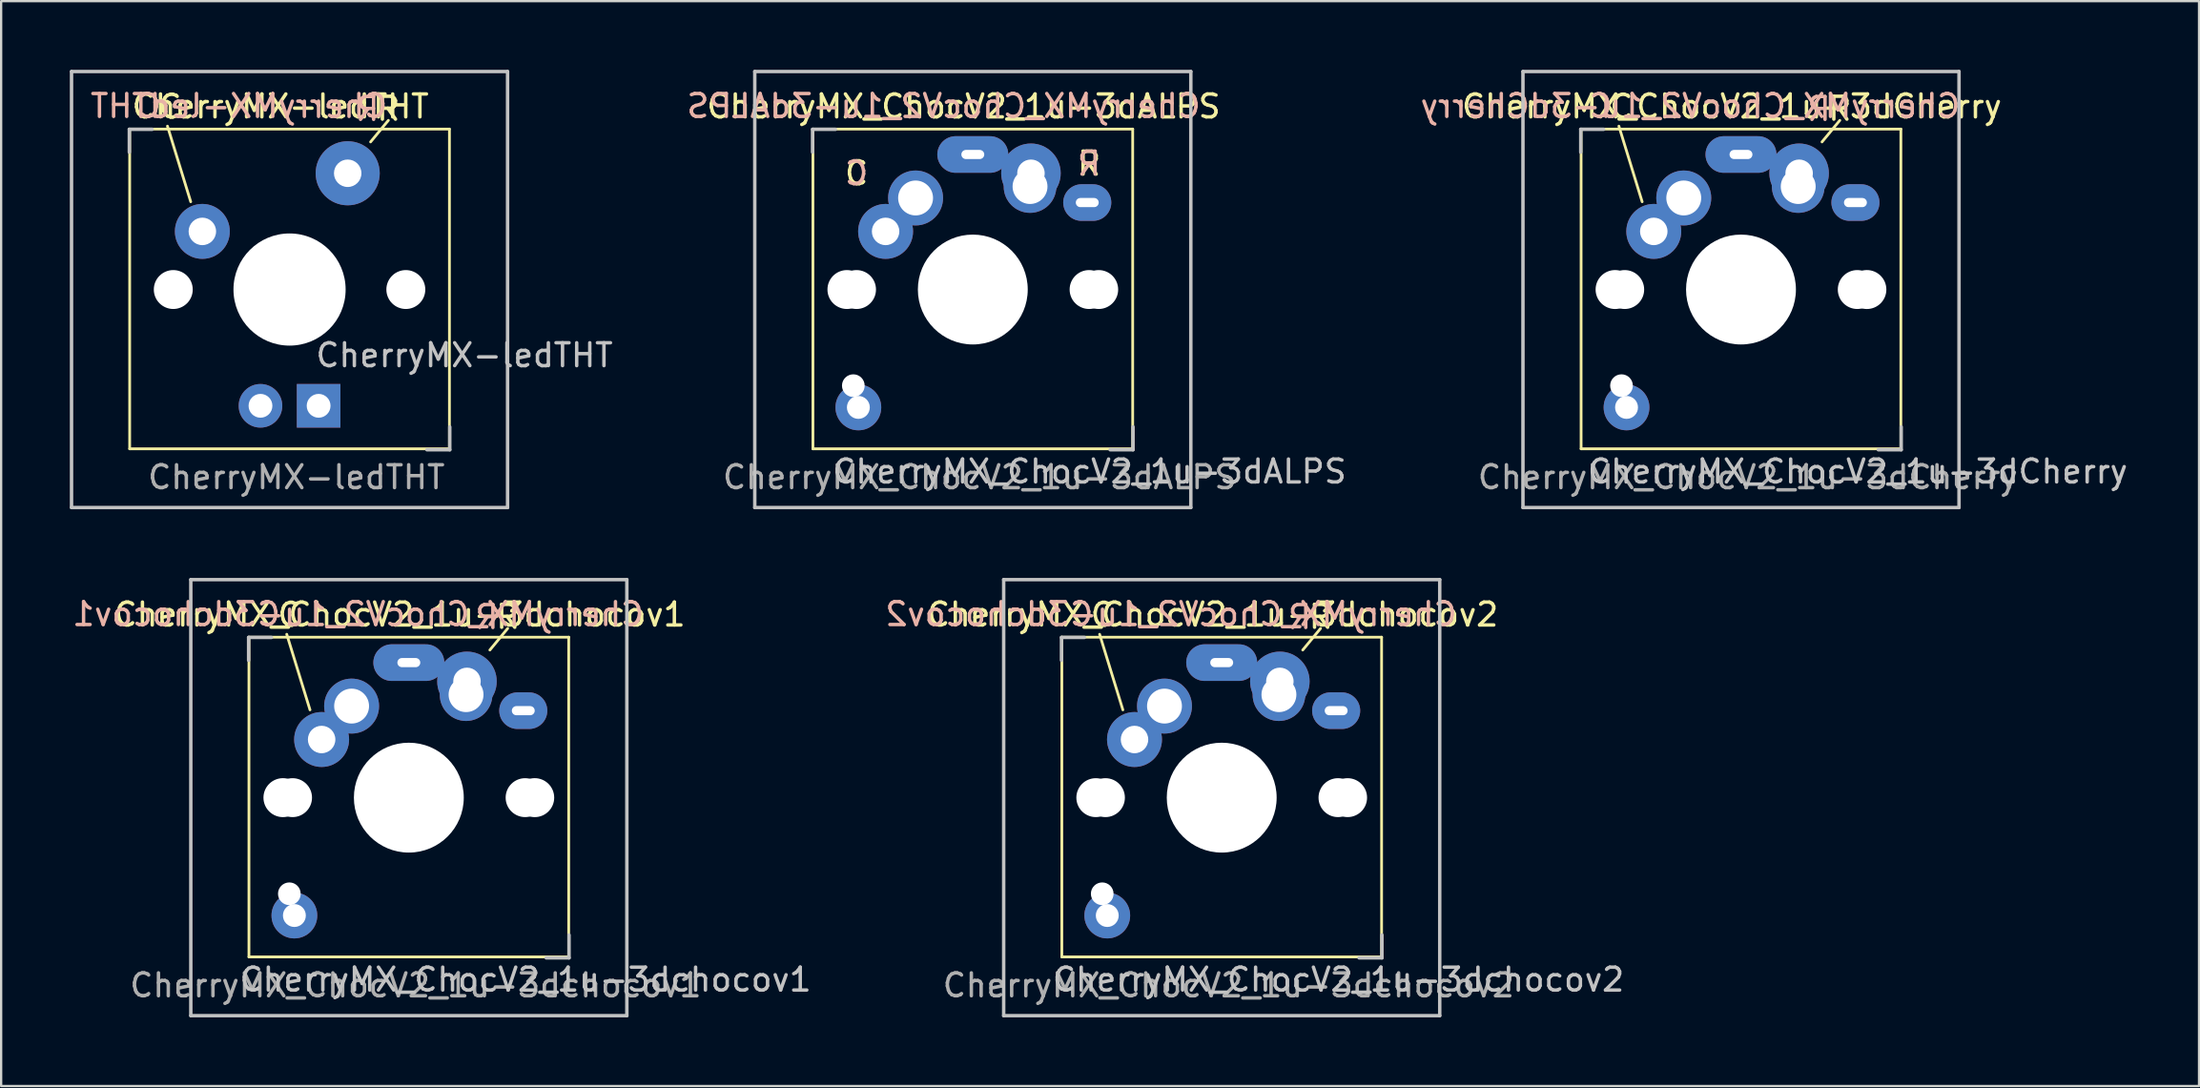
<source format=kicad_pcb>
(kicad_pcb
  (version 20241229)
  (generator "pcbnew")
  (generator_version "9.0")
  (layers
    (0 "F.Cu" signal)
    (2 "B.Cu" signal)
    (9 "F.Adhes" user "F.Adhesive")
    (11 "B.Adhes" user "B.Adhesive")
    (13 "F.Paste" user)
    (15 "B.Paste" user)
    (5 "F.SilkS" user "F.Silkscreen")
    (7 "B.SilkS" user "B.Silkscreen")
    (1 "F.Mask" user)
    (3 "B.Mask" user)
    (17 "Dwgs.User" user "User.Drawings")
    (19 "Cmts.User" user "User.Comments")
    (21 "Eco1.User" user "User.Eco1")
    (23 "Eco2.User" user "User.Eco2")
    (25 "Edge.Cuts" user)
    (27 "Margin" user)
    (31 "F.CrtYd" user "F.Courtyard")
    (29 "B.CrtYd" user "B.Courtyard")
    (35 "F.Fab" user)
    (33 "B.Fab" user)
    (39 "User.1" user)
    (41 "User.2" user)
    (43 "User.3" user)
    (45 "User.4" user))
  (footprint "CherryMX_ChocV2_1u-3dchocov1"
    (layer "F.Cu")
    (at 14.811 31.8)
    (property "Reference" "CherryMX_ChocV2_1u-3dchocov1" (at 5.1 7.95 180) (layer "Dwgs.User") (effects (font (size 1 1) (thickness 0.15))))
    (attr through_hole)
    (fp_line (start -6.985 -7.011) (end 6.985 -7.011) (stroke (width 0.12) (type solid)) (layer "F.SilkS"))
    (fp_line (start -6.985 6.959) (end -6.985 -7.011) (stroke (width 0.12) (type solid)) (layer "F.SilkS"))
    (fp_line (start -4.318 -3.836) (end -5.334 -7.138) (stroke (width 0.12) (type solid)) (layer "F.SilkS"))
    (fp_line (start 4.318 -7.392) (end 3.54 -6.45) (stroke (width 0.12) (type solid)) (layer "F.SilkS"))
    (fp_line (start 6.985 -7.011) (end 6.985 6.959) (stroke (width 0.12) (type solid)) (layer "F.SilkS"))
    (fp_line (start 6.985 6.959) (end -6.985 6.959) (stroke (width 0.12) (type solid)) (layer "F.SilkS"))
    (fp_line (start -9.525 -9.525) (end 9.525 -9.525) (stroke (width 0.15) (type solid)) (layer "Dwgs.User"))
    (fp_line (start -9.525 9.525) (end -9.525 -9.525) (stroke (width 0.15) (type solid)) (layer "Dwgs.User"))
    (fp_line (start -7 -7) (end -6 -7) (stroke (width 0.15) (type solid)) (layer "Dwgs.User"))
    (fp_line (start -7 -6) (end -7 -7) (stroke (width 0.15) (type solid)) (layer "Dwgs.User"))
    (fp_line (start 6 7) (end 7 7) (stroke (width 0.15) (type solid)) (layer "Dwgs.User"))
    (fp_line (start 7 7) (end 7 6) (stroke (width 0.15) (type solid)) (layer "Dwgs.User"))
    (fp_line (start 9.525 -9.525) (end 9.525 9.525) (stroke (width 0.15) (type solid)) (layer "Dwgs.User"))
    (fp_line (start 9.525 9.525) (end -9.525 9.525) (stroke (width 0.15) (type solid)) (layer "Dwgs.User"))
    (fp_text user "C" (at -5.22 -7.99 0) (unlocked yes) (layer "F.SilkS") (effects (font (size 1 1) (thickness 0.15))))
    (fp_text user "R" (at 4.318 -7.9 0) (unlocked yes) (layer "F.SilkS") (effects (font (size 1 1) (thickness 0.15))))
    (fp_text user "${REFERENCE}" (at -0.4 -8 0) (unlocked yes) (layer "F.SilkS") (effects (font (size 1 1) (thickness 0.15))))
    (fp_text user "${REFERENCE}" (at -2.21 -8.02 0) (unlocked yes) (layer "B.SilkS") (effects (font (size 1 1) (thickness 0.15)) (justify mirror)))
    (fp_text user "C" (at -6.12 -8.02 0) (unlocked yes) (layer "B.SilkS") (effects (font (size 1 1) (thickness 0.15)) (justify mirror)))
    (fp_text user "R" (at 3.41 -7.89 0) (unlocked yes) (layer "B.SilkS") (effects (font (size 1 1) (thickness 0.15)) (justify mirror)))
    (fp_text user "${REFERENCE}" (at 0.3 8.2 0) (unlocked yes) (layer "F.Fab") (effects (font (size 1 1) (thickness 0.15))))
    (pad "" np_thru_hole circle (at -5.5 0) (size 1.702 1.702) (drill 1.702) (layers "*.Cu" "*.Mask"))
    (pad "" np_thru_hole circle (at -5.22 4.2) (size 0.991 0.991) (drill 0.991) (layers "*.Cu" "*.Mask"))
    (pad "" np_thru_hole circle (at -5.08 0) (size 1.7 1.7) (drill 1.7) (layers "*.Cu" "*.Mask"))
    (pad "" thru_hole circle (at -5 5.15 0.5) (size 2 2) (drill 1) (layers "*.Cu" "*.Mask"))
    (pad "" np_thru_hole circle (at 0 0 90) (size 4.8 4.8) (drill 4.8) (layers "*.Cu" "*.Mask"))
    (pad "" np_thru_hole circle (at 5.08 0) (size 1.7 1.7) (drill 1.7) (layers "*.Cu" "*.Mask"))
    (pad "" np_thru_hole circle (at 5.5 0) (size 1.702 1.702) (drill 1.702) (layers "*.Cu" "*.Mask"))
    (pad "1" thru_hole oval (at 0 -5.9) (size 3.1 1.6) (drill oval 1 0.4) (layers "*.Cu" "*.Mask"))
    (pad "1" thru_hole circle (at 2.5 -4.5) (size 2.3 2.3) (drill 1.524) (layers "*.Cu" "*.Mask"))
    (pad "1" thru_hole circle (at 2.54 -5.08) (size 2.6 2.6) (drill 1.2) (layers "*.Cu" "*.Mask"))
    (pad "2" thru_hole circle (at -3.81 -2.54) (size 2.4 2.4) (drill 1.2) (layers "*.Cu" "*.Mask"))
    (pad "2" thru_hole circle (at -2.5 -4) (size 2.4 2.4) (drill 1.524) (layers "*.Cu" "*.Mask"))
    (pad "2" thru_hole oval (at 5 -3.8) (size 2.1 1.6) (drill oval 1 0.4) (layers "*.Cu" "*.Mask")))
  (footprint "CherryMX_ChocV2_1u-3dchocov2"
    (layer "F.Cu")
    (at 50.324 31.8)
    (property "Reference" "CherryMX_ChocV2_1u-3dchocov2" (at 5.1 7.95 180) (layer "Dwgs.User") (effects (font (size 1 1) (thickness 0.15))))
    (attr through_hole)
    (fp_line (start -6.985 -7.011) (end 6.985 -7.011) (stroke (width 0.12) (type solid)) (layer "F.SilkS"))
    (fp_line (start -6.985 6.959) (end -6.985 -7.011) (stroke (width 0.12) (type solid)) (layer "F.SilkS"))
    (fp_line (start -4.318 -3.836) (end -5.334 -7.138) (stroke (width 0.12) (type solid)) (layer "F.SilkS"))
    (fp_line (start 4.318 -7.392) (end 3.54 -6.45) (stroke (width 0.12) (type solid)) (layer "F.SilkS"))
    (fp_line (start 6.985 -7.011) (end 6.985 6.959) (stroke (width 0.12) (type solid)) (layer "F.SilkS"))
    (fp_line (start 6.985 6.959) (end -6.985 6.959) (stroke (width 0.12) (type solid)) (layer "F.SilkS"))
    (fp_line (start -9.525 -9.525) (end 9.525 -9.525) (stroke (width 0.15) (type solid)) (layer "Dwgs.User"))
    (fp_line (start -9.525 9.525) (end -9.525 -9.525) (stroke (width 0.15) (type solid)) (layer "Dwgs.User"))
    (fp_line (start -7 -7) (end -6 -7) (stroke (width 0.15) (type solid)) (layer "Dwgs.User"))
    (fp_line (start -7 -6) (end -7 -7) (stroke (width 0.15) (type solid)) (layer "Dwgs.User"))
    (fp_line (start 6 7) (end 7 7) (stroke (width 0.15) (type solid)) (layer "Dwgs.User"))
    (fp_line (start 7 7) (end 7 6) (stroke (width 0.15) (type solid)) (layer "Dwgs.User"))
    (fp_line (start 9.525 -9.525) (end 9.525 9.525) (stroke (width 0.15) (type solid)) (layer "Dwgs.User"))
    (fp_line (start 9.525 9.525) (end -9.525 9.525) (stroke (width 0.15) (type solid)) (layer "Dwgs.User"))
    (fp_text user "R" (at 4.318 -7.9 0) (unlocked yes) (layer "F.SilkS") (effects (font (size 1 1) (thickness 0.15))))
    (fp_text user "${REFERENCE}" (at -0.4 -8 0) (unlocked yes) (layer "F.SilkS") (effects (font (size 1 1) (thickness 0.15))))
    (fp_text user "C" (at -5.22 -7.99 0) (unlocked yes) (layer "F.SilkS") (effects (font (size 1 1) (thickness 0.15))))
    (fp_text user "R" (at 3.41 -7.89 0) (unlocked yes) (layer "B.SilkS") (effects (font (size 1 1) (thickness 0.15)) (justify mirror)))
    (fp_text user "C" (at -6.12 -8.02 0) (unlocked yes) (layer "B.SilkS") (effects (font (size 1 1) (thickness 0.15)) (justify mirror)))
    (fp_text user "${REFERENCE}" (at -2.21 -8.02 0) (unlocked yes) (layer "B.SilkS") (effects (font (size 1 1) (thickness 0.15)) (justify mirror)))
    (fp_text user "${REFERENCE}" (at 0.3 8.2 0) (unlocked yes) (layer "F.Fab") (effects (font (size 1 1) (thickness 0.15))))
    (pad "" np_thru_hole circle (at -5.5 0) (size 1.7 1.7) (drill 1.7) (layers "*.Cu" "*.Mask"))
    (pad "" np_thru_hole circle (at -5.22 4.2) (size 0.991 0.991) (drill 0.991) (layers "*.Cu" "*.Mask"))
    (pad "" np_thru_hole circle (at -5.08 0) (size 1.7 1.7) (drill 1.7) (layers "*.Cu" "*.Mask"))
    (pad "" thru_hole circle (at -5 5.15 0.5) (size 2 2) (drill 1) (layers "*.Cu" "*.Mask"))
    (pad "" np_thru_hole circle (at 0 0 90) (size 4.8 4.8) (drill 4.8) (layers "*.Cu" "*.Mask"))
    (pad "" np_thru_hole circle (at 5.08 0) (size 1.7 1.7) (drill 1.7) (layers "*.Cu" "*.Mask"))
    (pad "" np_thru_hole circle (at 5.5 0) (size 1.7 1.7) (drill 1.7) (layers "*.Cu" "*.Mask"))
    (pad "1" thru_hole oval (at 0 -5.9) (size 3.1 1.6) (drill oval 1 0.4) (layers "*.Cu" "*.Mask"))
    (pad "1" thru_hole circle (at 2.5 -4.5) (size 2.3 2.3) (drill 1.524) (layers "*.Cu" "*.Mask"))
    (pad "1" thru_hole circle (at 2.54 -5.08) (size 2.6 2.6) (drill 1.2) (layers "*.Cu" "*.Mask"))
    (pad "2" thru_hole circle (at -3.81 -2.54) (size 2.4 2.4) (drill 1.2) (layers "*.Cu" "*.Mask"))
    (pad "2" thru_hole circle (at -2.5 -4) (size 2.4 2.4) (drill 1.524) (layers "*.Cu" "*.Mask"))
    (pad "2" thru_hole oval (at 5 -3.8) (size 2.1 1.6) (drill oval 1 0.4) (layers "*.Cu" "*.Mask")))
  (footprint "CherryMX-ledTHT"
    (layer "F.Cu")
    (at 12.14 4.52)
    (property "Reference" "CherryMX-ledTHT" (at 5.1 7.95 180) (layer "Dwgs.User") (effects (font (size 1 1) (thickness 0.15))))
    (attr through_hole)
    (fp_line (start -9.525 -1.931) (end 4.445 -1.931) (stroke (width 0.12) (type solid)) (layer "F.SilkS"))
    (fp_line (start -9.525 12.039) (end -9.525 -1.931) (stroke (width 0.12) (type solid)) (layer "F.SilkS"))
    (fp_line (start -6.858 1.244) (end -7.874 -2.058) (stroke (width 0.12) (type solid)) (layer "F.SilkS"))
    (fp_line (start 1.778 -2.312) (end 1 -1.37) (stroke (width 0.12) (type solid)) (layer "F.SilkS"))
    (fp_line (start 4.445 -1.931) (end 4.445 12.039) (stroke (width 0.12) (type solid)) (layer "F.SilkS"))
    (fp_line (start 4.445 12.039) (end -9.525 12.039) (stroke (width 0.12) (type solid)) (layer "F.SilkS"))
    (fp_line (start -12.065 -4.445) (end 6.985 -4.445) (stroke (width 0.15) (type solid)) (layer "Dwgs.User"))
    (fp_line (start -12.065 14.605) (end -12.065 -4.445) (stroke (width 0.15) (type solid)) (layer "Dwgs.User"))
    (fp_line (start -9.54 -1.92) (end -8.54 -1.92) (stroke (width 0.15) (type solid)) (layer "Dwgs.User"))
    (fp_line (start -9.54 -0.92) (end -9.54 -1.92) (stroke (width 0.15) (type solid)) (layer "Dwgs.User"))
    (fp_line (start 3.46 12.08) (end 4.46 12.08) (stroke (width 0.15) (type solid)) (layer "Dwgs.User"))
    (fp_line (start 4.46 12.08) (end 4.46 11.08) (stroke (width 0.15) (type solid)) (layer "Dwgs.User"))
    (fp_line (start 6.985 -4.445) (end 6.985 14.605) (stroke (width 0.15) (type solid)) (layer "Dwgs.User"))
    (fp_line (start 6.985 14.605) (end -12.065 14.605) (stroke (width 0.15) (type solid)) (layer "Dwgs.User"))
    (fp_text user "R" (at 1.778 -2.82 0) (unlocked yes) (layer "F.SilkS") (effects (font (size 1 1) (thickness 0.15))))
    (fp_text user "${REFERENCE}" (at -2.94 -2.92 0) (unlocked yes) (layer "F.SilkS") (effects (font (size 1 1) (thickness 0.15))))
    (fp_text user "C" (at -7.76 -2.91 0) (unlocked yes) (layer "F.SilkS") (effects (font (size 1 1) (thickness 0.15))))
    (fp_text user "${REFERENCE}" (at -4.75 -2.94 0) (unlocked yes) (layer "B.SilkS") (effects (font (size 1 1) (thickness 0.15)) (justify mirror)))
    (fp_text user "C" (at -8.66 -2.94 0) (unlocked yes) (layer "B.SilkS") (effects (font (size 1 1) (thickness 0.15)) (justify mirror)))
    (fp_text user "R" (at 0.87 -2.81 0) (unlocked yes) (layer "B.SilkS") (effects (font (size 1 1) (thickness 0.15)) (justify mirror)))
    (fp_text user "${REFERENCE}" (at -2.24 13.28 0) (unlocked yes) (layer "F.Fab") (effects (font (size 1 1) (thickness 0.15))))
    (pad "" np_thru_hole circle (at -7.62 5.08) (size 1.7 1.7) (drill 1.7) (layers "*.Cu" "*.Mask"))
    (pad "" np_thru_hole circle (at -2.54 5.08 90) (size 4.9 4.9) (drill 4.9) (layers "*.Cu" "*.Mask"))
    (pad "" np_thru_hole circle (at 2.54 5.08) (size 1.7 1.7) (drill 1.7) (layers "*.Cu" "*.Mask"))
    (pad "1" thru_hole circle (at 0 0) (size 2.8 2.8) (drill 1.2) (layers "*.Cu" "*.Mask"))
    (pad "2" thru_hole circle (at -6.35 2.54) (size 2.4 2.4) (drill 1.2) (layers "*.Cu" "*.Mask"))
    (pad "3" thru_hole circle (at -3.81 10.16) (size 1.905 1.905) (drill 1.04) (layers "*.Cu" "*.Mask"))
    (pad "4" thru_hole rect (at -1.27 10.16) (size 1.905 1.905) (drill 1.04) (layers "*.Cu" "*.Mask")))
  (footprint "CherryMX_ChocV2_1u-3dCherry"
    (layer "F.Cu")
    (at 73.01 9.6)
    (property "Reference" "CherryMX_ChocV2_1u-3dCherry" (at 5.1 7.95 180) (layer "Dwgs.User") (effects (font (size 1 1) (thickness 0.15))))
    (attr through_hole)
    (fp_line (start -6.985 -7.011) (end 6.985 -7.011) (stroke (width 0.12) (type solid)) (layer "F.SilkS"))
    (fp_line (start -6.985 6.959) (end -6.985 -7.011) (stroke (width 0.12) (type solid)) (layer "F.SilkS"))
    (fp_line (start -4.318 -3.836) (end -5.334 -7.138) (stroke (width 0.12) (type solid)) (layer "F.SilkS"))
    (fp_line (start 4.318 -7.392) (end 3.54 -6.45) (stroke (width 0.12) (type solid)) (layer "F.SilkS"))
    (fp_line (start 6.985 -7.011) (end 6.985 6.959) (stroke (width 0.12) (type solid)) (layer "F.SilkS"))
    (fp_line (start 6.985 6.959) (end -6.985 6.959) (stroke (width 0.12) (type solid)) (layer "F.SilkS"))
    (fp_line (start -9.525 -9.525) (end 9.525 -9.525) (stroke (width 0.15) (type solid)) (layer "Dwgs.User"))
    (fp_line (start -9.525 9.525) (end -9.525 -9.525) (stroke (width 0.15) (type solid)) (layer "Dwgs.User"))
    (fp_line (start -7 -7) (end -6 -7) (stroke (width 0.15) (type solid)) (layer "Dwgs.User"))
    (fp_line (start -7 -6) (end -7 -7) (stroke (width 0.15) (type solid)) (layer "Dwgs.User"))
    (fp_line (start 6 7) (end 7 7) (stroke (width 0.15) (type solid)) (layer "Dwgs.User"))
    (fp_line (start 7 7) (end 7 6) (stroke (width 0.15) (type solid)) (layer "Dwgs.User"))
    (fp_line (start 9.525 -9.525) (end 9.525 9.525) (stroke (width 0.15) (type solid)) (layer "Dwgs.User"))
    (fp_line (start 9.525 9.525) (end -9.525 9.525) (stroke (width 0.15) (type solid)) (layer "Dwgs.User"))
    (fp_text user "R" (at 4.318 -7.9 0) (unlocked yes) (layer "F.SilkS") (effects (font (size 1 1) (thickness 0.15))))
    (fp_text user "C" (at -5.22 -7.99 0) (unlocked yes) (layer "F.SilkS") (effects (font (size 1 1) (thickness 0.15))))
    (fp_text user "${REFERENCE}" (at -0.4 -8 0) (unlocked yes) (layer "F.SilkS") (effects (font (size 1 1) (thickness 0.15))))
    (fp_text user "C" (at -6.12 -8.02 0) (unlocked yes) (layer "B.SilkS") (effects (font (size 1 1) (thickness 0.15)) (justify mirror)))
    (fp_text user "${REFERENCE}" (at -2.21 -8.02 0) (unlocked yes) (layer "B.SilkS") (effects (font (size 1 1) (thickness 0.15)) (justify mirror)))
    (fp_text user "R" (at 3.41 -7.89 0) (unlocked yes) (layer "B.SilkS") (effects (font (size 1 1) (thickness 0.15)) (justify mirror)))
    (fp_text user "${REFERENCE}" (at 0.3 8.2 0) (unlocked yes) (layer "F.Fab") (effects (font (size 1 1) (thickness 0.15))))
    (pad "" np_thru_hole circle (at -5.5 0) (size 1.702 1.702) (drill 1.702) (layers "*.Cu" "*.Mask"))
    (pad "" np_thru_hole circle (at -5.22 4.2) (size 0.991 0.991) (drill 0.991) (layers "*.Cu" "*.Mask"))
    (pad "" np_thru_hole circle (at -5.08 0) (size 1.7 1.7) (drill 1.7) (layers "*.Cu" "*.Mask"))
    (pad "" thru_hole circle (at -5 5.15 0.5) (size 2 2) (drill 1) (layers "*.Cu" "*.Mask"))
    (pad "" np_thru_hole circle (at 0 0 90) (size 4.8 4.8) (drill 4.8) (layers "*.Cu" "*.Mask"))
    (pad "" np_thru_hole circle (at 5.08 0) (size 1.7 1.7) (drill 1.7) (layers "*.Cu" "*.Mask"))
    (pad "" np_thru_hole circle (at 5.5 0) (size 1.702 1.702) (drill 1.702) (layers "*.Cu" "*.Mask"))
    (pad "1" thru_hole oval (at 0 -5.9) (size 3.1 1.6) (drill oval 1 0.4) (layers "*.Cu" "*.Mask"))
    (pad "1" thru_hole circle (at 2.5 -4.5) (size 2.3 2.3) (drill 1.524) (layers "*.Cu" "*.Mask"))
    (pad "1" thru_hole circle (at 2.54 -5.08) (size 2.6 2.6) (drill 1.2) (layers "*.Cu" "*.Mask"))
    (pad "2" thru_hole circle (at -3.81 -2.54) (size 2.4 2.4) (drill 1.2) (layers "*.Cu" "*.Mask"))
    (pad "2" thru_hole circle (at -2.5 -4) (size 2.4 2.4) (drill 1.524) (layers "*.Cu" "*.Mask"))
    (pad "2" thru_hole oval (at 5 -3.8) (size 2.1 1.6) (drill oval 1 0.4) (layers "*.Cu" "*.Mask")))
  (footprint "CherryMX_ChocV2_1u-3dALPS"
    (layer "F.Cu")
    (at 39.45 9.6)
    (property "Reference" "CherryMX_ChocV2_1u-3dALPS" (at 5.1 7.95 180) (layer "Dwgs.User") (effects (font (size 1 1) (thickness 0.15))))
    (attr through_hole)
    (fp_line (start -6.985 -7.011) (end 6.985 -7.011) (stroke (width 0.12) (type solid)) (layer "F.SilkS"))
    (fp_line (start -6.985 6.959) (end -6.985 -7.011) (stroke (width 0.12) (type solid)) (layer "F.SilkS"))
    (fp_line (start 6.985 -7.011) (end 6.985 6.959) (stroke (width 0.12) (type solid)) (layer "F.SilkS"))
    (fp_line (start 6.985 6.959) (end -6.985 6.959) (stroke (width 0.12) (type solid)) (layer "F.SilkS"))
    (fp_line (start -9.525 -9.525) (end 9.525 -9.525) (stroke (width 0.15) (type solid)) (layer "Dwgs.User"))
    (fp_line (start -9.525 9.525) (end -9.525 -9.525) (stroke (width 0.15) (type solid)) (layer "Dwgs.User"))
    (fp_line (start -7 -7) (end -6 -7) (stroke (width 0.15) (type solid)) (layer "Dwgs.User"))
    (fp_line (start -7 -6) (end -7 -7) (stroke (width 0.15) (type solid)) (layer "Dwgs.User"))
    (fp_line (start 6 7) (end 7 7) (stroke (width 0.15) (type solid)) (layer "Dwgs.User"))
    (fp_line (start 7 7) (end 7 6) (stroke (width 0.15) (type solid)) (layer "Dwgs.User"))
    (fp_line (start 9.525 -9.525) (end 9.525 9.525) (stroke (width 0.15) (type solid)) (layer "Dwgs.User"))
    (fp_line (start 9.525 9.525) (end -9.525 9.525) (stroke (width 0.15) (type solid)) (layer "Dwgs.User"))
    (fp_text user "C" (at -5.08 -5.08 0) (unlocked yes) (layer "F.SilkS") (effects (font (size 1 1) (thickness 0.15))))
    (fp_text user "R" (at 5.08 -5.5 0) (unlocked yes) (layer "F.SilkS") (effects (font (size 1 1) (thickness 0.15))))
    (fp_text user "${REFERENCE}" (at -0.4 -8 0) (unlocked yes) (layer "F.SilkS") (effects (font (size 1 1) (thickness 0.15))))
    (fp_text user "C" (at -5.08 -5.08 0) (unlocked yes) (layer "B.SilkS") (effects (font (size 1 1) (thickness 0.15)) (justify mirror)))
    (fp_text user "R" (at 5.08 -5.5 0) (unlocked yes) (layer "B.SilkS") (effects (font (size 1 1) (thickness 0.15)) (justify mirror)))
    (fp_text user "${REFERENCE}" (at -1.27 -8.02 0) (unlocked yes) (layer "B.SilkS") (effects (font (size 1 1) (thickness 0.15)) (justify mirror)))
    (fp_text user "${REFERENCE}" (at 0.3 8.2 0) (unlocked yes) (layer "F.Fab") (effects (font (size 1 1) (thickness 0.15))))
    (pad "" np_thru_hole circle (at -5.5 0) (size 1.7 1.7) (drill 1.7) (layers "*.Cu" "*.Mask"))
    (pad "" np_thru_hole circle (at -5.22 4.2) (size 0.991 0.991) (drill 0.991) (layers "*.Cu" "*.Mask"))
    (pad "" np_thru_hole circle (at -5.08 0) (size 1.7 1.7) (drill 1.7) (layers "*.Cu" "*.Mask"))
    (pad "" thru_hole circle (at -5 5.15 0.5) (size 2 2) (drill 1) (layers "*.Cu" "*.Mask"))
    (pad "" np_thru_hole circle (at 0 0 90) (size 4.8 4.8) (drill 4.8) (layers "*.Cu" "*.Mask"))
    (pad "" np_thru_hole circle (at 5.08 0) (size 1.7 1.7) (drill 1.7) (layers "*.Cu" "*.Mask"))
    (pad "" np_thru_hole circle (at 5.5 0) (size 1.7 1.7) (drill 1.7) (layers "*.Cu" "*.Mask"))
    (pad "1" thru_hole oval (at 0 -5.9) (size 3.1 1.6) (drill oval 1 0.4) (layers "*.Cu" "*.Mask"))
    (pad "1" thru_hole circle (at 2.5 -4.5) (size 2.3 2.3) (drill 1.524) (layers "*.Cu" "*.Mask"))
    (pad "1" thru_hole circle (at 2.54 -5.08) (size 2.6 2.6) (drill 1.2) (layers "*.Cu" "*.Mask"))
    (pad "2" thru_hole circle (at -3.81 -2.54) (size 2.4 2.4) (drill 1.2) (layers "*.Cu" "*.Mask"))
    (pad "2" thru_hole circle (at -2.5 -4) (size 2.4 2.4) (drill 1.524) (layers "*.Cu" "*.Mask"))
    (pad "2" thru_hole oval (at 5 -3.8) (size 2.1 1.6) (drill oval 1 0.4) (layers "*.Cu" "*.Mask")))
  (gr_rect
    (start -3 -3)
    (end 93.021 44.4)
    (stroke (width 0.1) (type default))
    (fill no)
    (layer "Edge.Cuts")))
</source>
